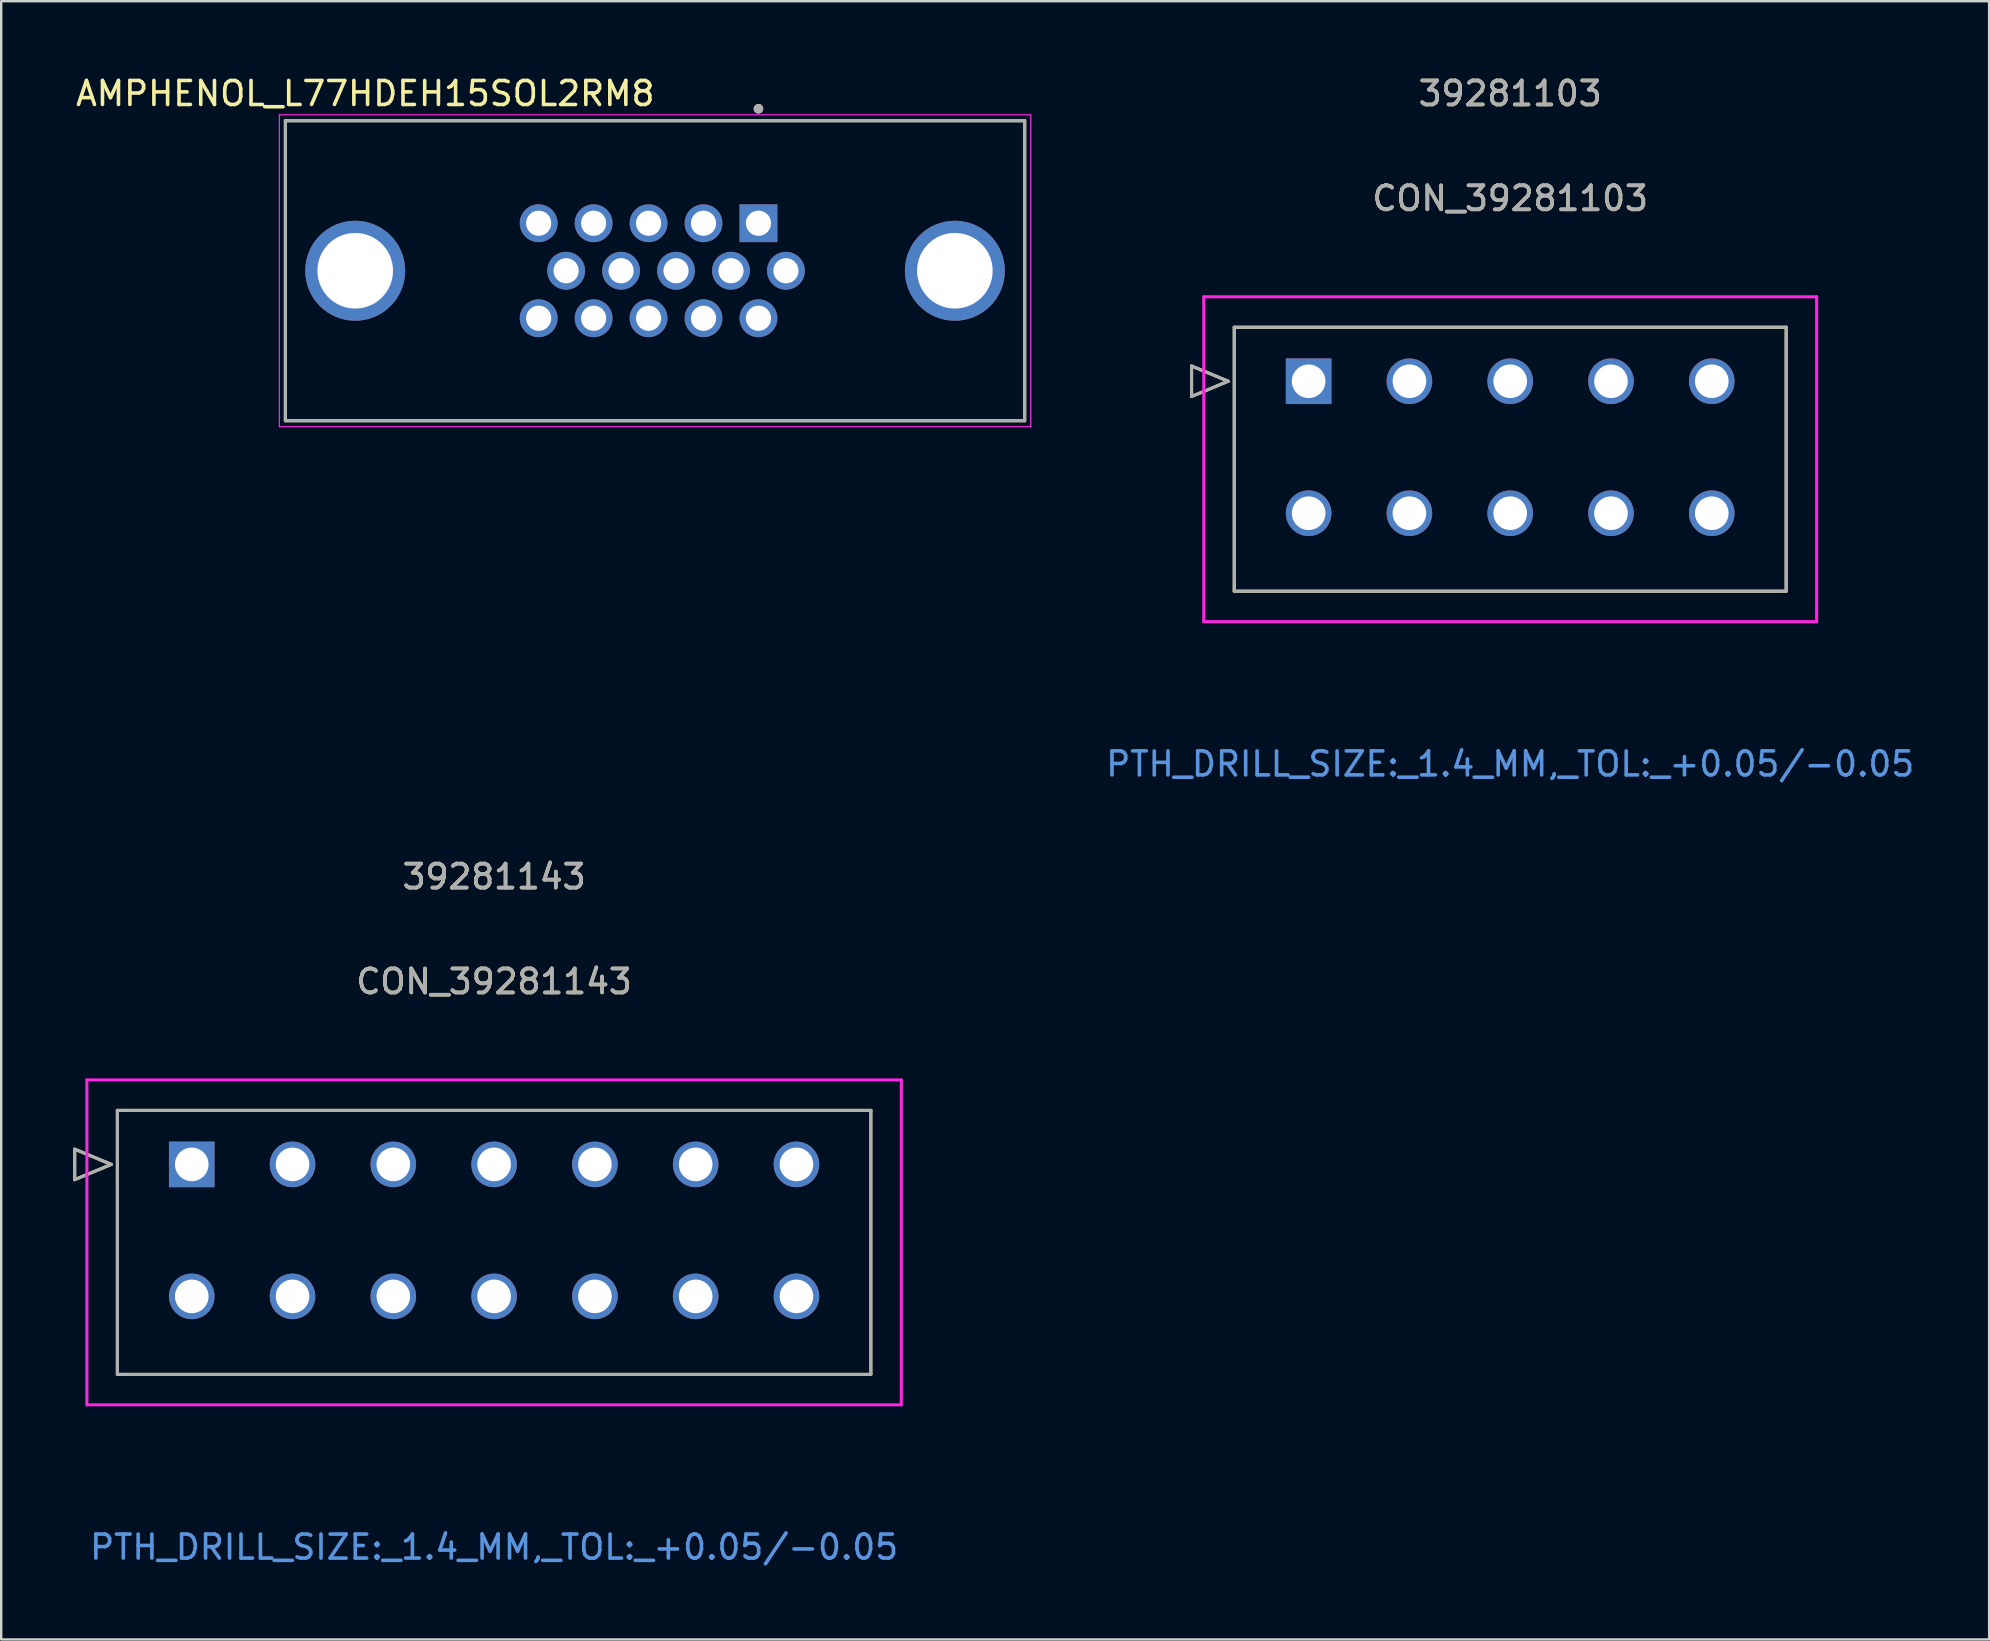
<source format=kicad_pcb>
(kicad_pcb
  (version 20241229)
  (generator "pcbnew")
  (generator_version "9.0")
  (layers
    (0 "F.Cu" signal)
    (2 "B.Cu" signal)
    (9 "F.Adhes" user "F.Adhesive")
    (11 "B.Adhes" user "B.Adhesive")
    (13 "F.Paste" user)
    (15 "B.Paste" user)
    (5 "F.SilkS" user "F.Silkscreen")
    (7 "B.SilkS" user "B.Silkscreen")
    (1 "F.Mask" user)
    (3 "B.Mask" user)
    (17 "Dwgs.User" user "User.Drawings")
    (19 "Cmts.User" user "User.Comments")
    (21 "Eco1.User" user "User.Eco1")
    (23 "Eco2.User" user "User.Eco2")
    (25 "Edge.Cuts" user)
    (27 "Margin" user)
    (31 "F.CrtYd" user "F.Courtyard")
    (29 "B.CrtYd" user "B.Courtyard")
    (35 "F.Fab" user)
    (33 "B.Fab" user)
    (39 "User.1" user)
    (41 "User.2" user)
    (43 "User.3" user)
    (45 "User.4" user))
  (footprint "CON_39281143"
    (layer "F.Cu")
    (at 4.941 45.475)
    (property "Reference" "CON_39281143" (at 12.6 -7.62 0) (unlocked yes) (layer "F.SilkS") (effects (font (size 1 1) (thickness 0.15))))
    (attr through_hole)
    (fp_line (start -4.878 -0.635) (end -4.878 0.635) (stroke (width 0.127) (type solid)) (layer "F.SilkS"))
    (fp_line (start -4.878 0.635) (end -3.354 0) (stroke (width 0.127) (type solid)) (layer "F.SilkS"))
    (fp_line (start -3.354 0) (end -4.878 -0.635) (stroke (width 0.127) (type solid)) (layer "F.SilkS"))
    (fp_line (start -3.1 -2.25) (end -3.1 8.75) (stroke (width 0.127) (type solid)) (layer "F.SilkS"))
    (fp_line (start -3.1 8.75) (end 28.3 8.75) (stroke (width 0.127) (type solid)) (layer "F.SilkS"))
    (fp_line (start 28.3 -2.25) (end -3.1 -2.25) (stroke (width 0.127) (type solid)) (layer "F.SilkS"))
    (fp_line (start 28.3 8.75) (end 28.3 -2.25) (stroke (width 0.127) (type solid)) (layer "F.SilkS"))
    (fp_line (start -4.37 -3.52) (end -4.37 10.02) (stroke (width 0.127) (type solid)) (layer "F.CrtYd"))
    (fp_line (start -4.37 10.02) (end 29.57 10.02) (stroke (width 0.127) (type solid)) (layer "F.CrtYd"))
    (fp_line (start 29.57 -3.52) (end -4.37 -3.52) (stroke (width 0.127) (type solid)) (layer "F.CrtYd"))
    (fp_line (start 29.57 10.02) (end 29.57 -3.52) (stroke (width 0.127) (type solid)) (layer "F.CrtYd"))
    (fp_line (start -4.878 -0.635) (end -4.878 0.635) (stroke (width 0.127) (type solid)) (layer "F.Fab"))
    (fp_line (start -4.878 0.635) (end -3.354 0) (stroke (width 0.127) (type solid)) (layer "F.Fab"))
    (fp_line (start -3.354 0) (end -4.878 -0.635) (stroke (width 0.127) (type solid)) (layer "F.Fab"))
    (fp_line (start -3.1 -2.25) (end -3.1 8.75) (stroke (width 0.127) (type solid)) (layer "F.Fab"))
    (fp_line (start -3.1 8.75) (end 28.3 8.75) (stroke (width 0.127) (type solid)) (layer "F.Fab"))
    (fp_line (start 28.3 -2.25) (end -3.1 -2.25) (stroke (width 0.127) (type solid)) (layer "F.Fab"))
    (fp_line (start 28.3 8.75) (end 28.3 -2.25) (stroke (width 0.127) (type solid)) (layer "F.Fab"))
    (fp_text user "39281143" (at 12.6 -11.99 0) (unlocked yes) (layer "F.SilkS") (effects (font (size 1 1) (thickness 0.15))))
    (fp_text user "PTH_DRILL_SIZE:_1.4_MM,_TOL:_+0.05/-0.05" (at 12.6 15.95 0) (unlocked yes) (layer "Cmts.User") (effects (font (size 1 1) (thickness 0.15))))
    (fp_text user "39281143" (at 12.6 -11.99 0) (unlocked yes) (layer "F.Fab") (effects (font (size 1 1) (thickness 0.15))))
    (fp_text user "${REFERENCE}" (at 12.6 -7.62 0) (unlocked yes) (layer "F.Fab") (effects (font (size 1 1) (thickness 0.15))))
    (pad "1" thru_hole rect (at 0 0) (size 1.9 1.9) (drill 1.4) (layers "*.Cu" "*.Mask"))
    (pad "2" thru_hole circle (at 4.2 0) (size 1.9 1.9) (drill 1.4) (layers "*.Cu" "*.Mask"))
    (pad "3" thru_hole circle (at 8.4 0) (size 1.9 1.9) (drill 1.4) (layers "*.Cu" "*.Mask"))
    (pad "4" thru_hole circle (at 12.6 0) (size 1.9 1.9) (drill 1.4) (layers "*.Cu" "*.Mask"))
    (pad "5" thru_hole circle (at 16.8 0) (size 1.9 1.9) (drill 1.4) (layers "*.Cu" "*.Mask"))
    (pad "6" thru_hole circle (at 21 0) (size 1.9 1.9) (drill 1.4) (layers "*.Cu" "*.Mask"))
    (pad "7" thru_hole circle (at 25.2 0) (size 1.9 1.9) (drill 1.4) (layers "*.Cu" "*.Mask"))
    (pad "8" thru_hole circle (at 0 5.5) (size 1.9 1.9) (drill 1.4) (layers "*.Cu" "*.Mask"))
    (pad "9" thru_hole circle (at 4.2 5.5) (size 1.9 1.9) (drill 1.4) (layers "*.Cu" "*.Mask"))
    (pad "10" thru_hole circle (at 8.4 5.5) (size 1.9 1.9) (drill 1.4) (layers "*.Cu" "*.Mask"))
    (pad "11" thru_hole circle (at 12.6 5.5) (size 1.9 1.9) (drill 1.4) (layers "*.Cu" "*.Mask"))
    (pad "12" thru_hole circle (at 16.8 5.5) (size 1.9 1.9) (drill 1.4) (layers "*.Cu" "*.Mask"))
    (pad "13" thru_hole circle (at 21 5.5) (size 1.9 1.9) (drill 1.4) (layers "*.Cu" "*.Mask"))
    (pad "14" thru_hole circle (at 25.2 5.5) (size 1.9 1.9) (drill 1.4) (layers "*.Cu" "*.Mask")))
  (footprint "AMPHENOL_L77HDEH15SOL2RM8"
    (layer "F.Cu")
    (at 24.248 8.233)
    (property "Reference" "AMPHENOL_L77HDEH15SOL2RM8" (at -12.075 -7.385 0) (layer "F.SilkS") (effects (font (size 1 1) (thickness 0.15))))
    (attr through_hole)
    (fp_line (start -15.405 -6.25) (end 15.405 -6.25) (stroke (width 0.127) (type solid)) (layer "F.SilkS"))
    (fp_line (start -15.405 6.25) (end -15.405 -6.25) (stroke (width 0.127) (type solid)) (layer "F.SilkS"))
    (fp_line (start -15.405 6.25) (end 15.405 6.25) (stroke (width 0.127) (type solid)) (layer "F.SilkS"))
    (fp_line (start 15.405 6.25) (end 15.405 -6.25) (stroke (width 0.127) (type solid)) (layer "F.SilkS"))
    (fp_circle (center 4.31 -6.75) (end 4.41 -6.75) (stroke (width 0.2) (type solid)) (fill no) (layer "F.SilkS"))
    (fp_line (start -15.655 -6.5) (end -15.655 6.5) (stroke (width 0.05) (type solid)) (layer "F.CrtYd"))
    (fp_line (start -15.655 6.5) (end 15.655 6.5) (stroke (width 0.05) (type solid)) (layer "F.CrtYd"))
    (fp_line (start 15.655 -6.5) (end -15.655 -6.5) (stroke (width 0.05) (type solid)) (layer "F.CrtYd"))
    (fp_line (start 15.655 6.5) (end 15.655 -6.5) (stroke (width 0.05) (type solid)) (layer "F.CrtYd"))
    (fp_line (start -15.405 -6.25) (end 15.405 -6.25) (stroke (width 0.127) (type solid)) (layer "F.Fab"))
    (fp_line (start -15.405 6.25) (end -15.405 -6.25) (stroke (width 0.127) (type solid)) (layer "F.Fab"))
    (fp_line (start -15.405 6.25) (end 15.405 6.25) (stroke (width 0.127) (type solid)) (layer "F.Fab"))
    (fp_line (start 15.405 6.25) (end 15.405 -6.25) (stroke (width 0.127) (type solid)) (layer "F.Fab"))
    (fp_circle (center 4.31 -6.75) (end 4.41 -6.75) (stroke (width 0.2) (type solid)) (fill no) (layer "F.Fab"))
    (pad "1" thru_hole rect (at 4.31 -1.98) (size 1.575 1.575) (drill 1.05) (layers "*.Cu" "*.Mask"))
    (pad "2" thru_hole circle (at 2.02 -1.98) (size 1.575 1.575) (drill 1.05) (layers "*.Cu" "*.Mask"))
    (pad "3" thru_hole circle (at -0.27 -1.98) (size 1.575 1.575) (drill 1.05) (layers "*.Cu" "*.Mask"))
    (pad "4" thru_hole circle (at -2.56 -1.98) (size 1.575 1.575) (drill 1.05) (layers "*.Cu" "*.Mask"))
    (pad "5" thru_hole circle (at -4.85 -1.98) (size 1.575 1.575) (drill 1.05) (layers "*.Cu" "*.Mask"))
    (pad "6" thru_hole circle (at 5.455 0) (size 1.575 1.575) (drill 1.05) (layers "*.Cu" "*.Mask"))
    (pad "7" thru_hole circle (at 3.165 0) (size 1.575 1.575) (drill 1.05) (layers "*.Cu" "*.Mask"))
    (pad "8" thru_hole circle (at 0.875 0) (size 1.575 1.575) (drill 1.05) (layers "*.Cu" "*.Mask"))
    (pad "9" thru_hole circle (at -1.415 0) (size 1.575 1.575) (drill 1.05) (layers "*.Cu" "*.Mask"))
    (pad "10" thru_hole circle (at -3.705 0) (size 1.575 1.575) (drill 1.05) (layers "*.Cu" "*.Mask"))
    (pad "11" thru_hole circle (at 4.31 1.98) (size 1.575 1.575) (drill 1.05) (layers "*.Cu" "*.Mask"))
    (pad "12" thru_hole circle (at 2.02 1.98) (size 1.575 1.575) (drill 1.05) (layers "*.Cu" "*.Mask"))
    (pad "13" thru_hole circle (at -0.27 1.98) (size 1.575 1.575) (drill 1.05) (layers "*.Cu" "*.Mask"))
    (pad "14" thru_hole circle (at -2.56 1.98) (size 1.575 1.575) (drill 1.05) (layers "*.Cu" "*.Mask"))
    (pad "15" thru_hole circle (at -4.85 1.98) (size 1.575 1.575) (drill 1.05) (layers "*.Cu" "*.Mask"))
    (pad "SH1" thru_hole circle (at -12.495 0) (size 4.166 4.166) (drill 3.15) (layers "*.Cu" "*.Mask"))
    (pad "SH2" thru_hole circle (at 12.495 0) (size 4.166 4.166) (drill 3.15) (layers "*.Cu" "*.Mask")))
  (footprint "CON_39281103"
    (layer "F.Cu")
    (at 51.486 12.838)
    (property "Reference" "CON_39281103" (at 8.4 -7.62 0) (unlocked yes) (layer "F.SilkS") (effects (font (size 1 1) (thickness 0.15))))
    (attr through_hole)
    (fp_line (start -4.878 -0.635) (end -4.878 0.635) (stroke (width 0.127) (type solid)) (layer "F.SilkS"))
    (fp_line (start -4.878 0.635) (end -3.354 0) (stroke (width 0.127) (type solid)) (layer "F.SilkS"))
    (fp_line (start -3.354 0) (end -4.878 -0.635) (stroke (width 0.127) (type solid)) (layer "F.SilkS"))
    (fp_line (start -3.1 -2.25) (end -3.1 8.75) (stroke (width 0.127) (type solid)) (layer "F.SilkS"))
    (fp_line (start -3.1 8.75) (end 19.9 8.75) (stroke (width 0.127) (type solid)) (layer "F.SilkS"))
    (fp_line (start 19.9 -2.25) (end -3.1 -2.25) (stroke (width 0.127) (type solid)) (layer "F.SilkS"))
    (fp_line (start 19.9 8.75) (end 19.9 -2.25) (stroke (width 0.127) (type solid)) (layer "F.SilkS"))
    (fp_line (start -4.37 -3.52) (end -4.37 10.02) (stroke (width 0.127) (type solid)) (layer "F.CrtYd"))
    (fp_line (start -4.37 10.02) (end 21.17 10.02) (stroke (width 0.127) (type solid)) (layer "F.CrtYd"))
    (fp_line (start 21.17 -3.52) (end -4.37 -3.52) (stroke (width 0.127) (type solid)) (layer "F.CrtYd"))
    (fp_line (start 21.17 10.02) (end 21.17 -3.52) (stroke (width 0.127) (type solid)) (layer "F.CrtYd"))
    (fp_line (start -4.878 -0.635) (end -4.878 0.635) (stroke (width 0.127) (type solid)) (layer "F.Fab"))
    (fp_line (start -4.878 0.635) (end -3.354 0) (stroke (width 0.127) (type solid)) (layer "F.Fab"))
    (fp_line (start -3.354 0) (end -4.878 -0.635) (stroke (width 0.127) (type solid)) (layer "F.Fab"))
    (fp_line (start -3.1 -2.25) (end -3.1 8.75) (stroke (width 0.127) (type solid)) (layer "F.Fab"))
    (fp_line (start -3.1 8.75) (end 19.9 8.75) (stroke (width 0.127) (type solid)) (layer "F.Fab"))
    (fp_line (start 19.9 -2.25) (end -3.1 -2.25) (stroke (width 0.127) (type solid)) (layer "F.Fab"))
    (fp_line (start 19.9 8.75) (end 19.9 -2.25) (stroke (width 0.127) (type solid)) (layer "F.Fab"))
    (fp_text user "39281103" (at 8.4 -11.99 0) (unlocked yes) (layer "F.SilkS") (effects (font (size 1 1) (thickness 0.15))))
    (fp_text user "PTH_DRILL_SIZE:_1.4_MM,_TOL:_+0.05/-0.05" (at 8.4 15.95 0) (unlocked yes) (layer "Cmts.User") (effects (font (size 1 1) (thickness 0.15))))
    (fp_text user "${REFERENCE}" (at 8.4 -7.62 0) (unlocked yes) (layer "F.Fab") (effects (font (size 1 1) (thickness 0.15))))
    (fp_text user "39281103" (at 8.4 -11.99 0) (unlocked yes) (layer "F.Fab") (effects (font (size 1 1) (thickness 0.15))))
    (pad "1" thru_hole rect (at 0 0) (size 1.9 1.9) (drill 1.4) (layers "*.Cu" "*.Mask"))
    (pad "2" thru_hole circle (at 4.2 0) (size 1.9 1.9) (drill 1.4) (layers "*.Cu" "*.Mask"))
    (pad "3" thru_hole circle (at 8.4 0) (size 1.9 1.9) (drill 1.4) (layers "*.Cu" "*.Mask"))
    (pad "4" thru_hole circle (at 12.6 0) (size 1.9 1.9) (drill 1.4) (layers "*.Cu" "*.Mask"))
    (pad "5" thru_hole circle (at 16.8 0) (size 1.9 1.9) (drill 1.4) (layers "*.Cu" "*.Mask"))
    (pad "6" thru_hole circle (at 0 5.5) (size 1.9 1.9) (drill 1.4) (layers "*.Cu" "*.Mask"))
    (pad "7" thru_hole circle (at 4.2 5.5) (size 1.9 1.9) (drill 1.4) (layers "*.Cu" "*.Mask"))
    (pad "8" thru_hole circle (at 8.4 5.5) (size 1.9 1.9) (drill 1.4) (layers "*.Cu" "*.Mask"))
    (pad "9" thru_hole circle (at 12.6 5.5) (size 1.9 1.9) (drill 1.4) (layers "*.Cu" "*.Mask"))
    (pad "10" thru_hole circle (at 16.8 5.5) (size 1.9 1.9) (drill 1.4) (layers "*.Cu" "*.Mask")))
  (gr_rect
    (start -3 -3)
    (end 79.844 65.273)
    (stroke (width 0.1) (type default))
    (fill no)
    (layer "Edge.Cuts")))
</source>
